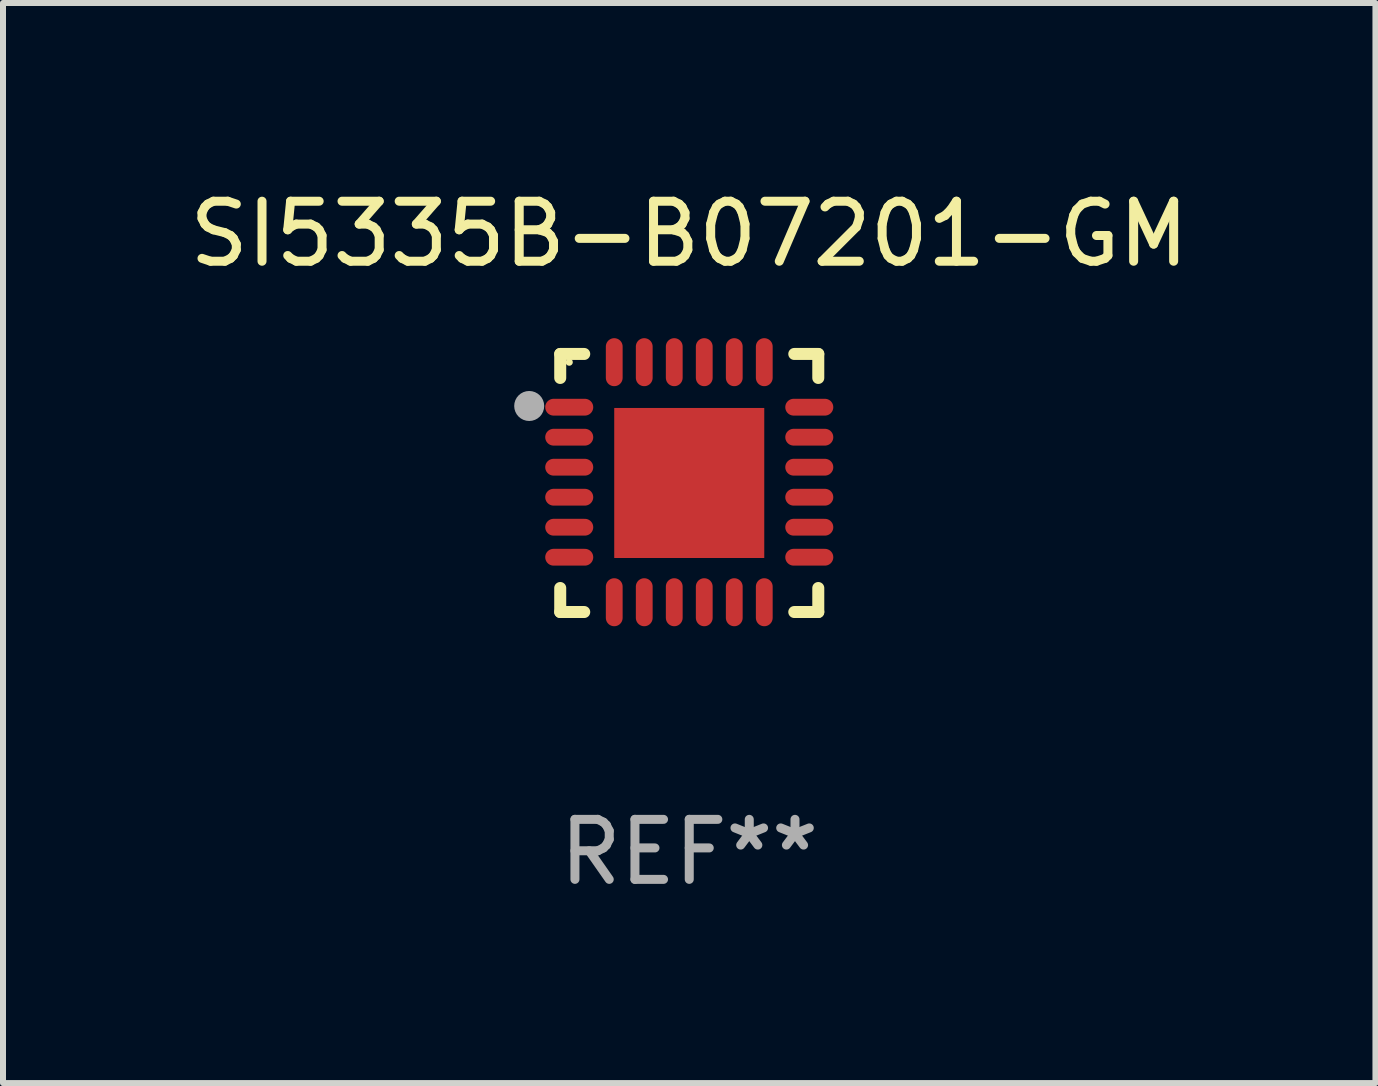
<source format=kicad_pcb>
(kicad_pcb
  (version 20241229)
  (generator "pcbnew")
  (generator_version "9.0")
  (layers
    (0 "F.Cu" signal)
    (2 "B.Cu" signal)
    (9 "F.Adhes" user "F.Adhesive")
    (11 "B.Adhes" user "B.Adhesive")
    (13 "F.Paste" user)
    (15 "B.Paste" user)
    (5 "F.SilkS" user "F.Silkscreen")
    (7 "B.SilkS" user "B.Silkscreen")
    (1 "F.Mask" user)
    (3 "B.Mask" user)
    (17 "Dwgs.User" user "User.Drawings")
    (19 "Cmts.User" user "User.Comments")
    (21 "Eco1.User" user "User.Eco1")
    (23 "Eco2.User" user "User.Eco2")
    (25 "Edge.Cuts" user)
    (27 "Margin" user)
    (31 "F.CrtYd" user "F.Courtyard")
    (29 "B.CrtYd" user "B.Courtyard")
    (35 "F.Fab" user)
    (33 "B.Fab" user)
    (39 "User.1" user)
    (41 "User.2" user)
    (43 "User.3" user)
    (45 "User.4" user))
  (footprint "SI5335B-B07201-GM"
    (layer "F.Cu")
    (at 8.435 4.998)
    (property "Reference" "SI5335B-B07201-GM" (at 0 -4.15 0) (layer "F.SilkS") (effects (font (size 1 1) (thickness 0.15))))
    (attr through_hole)
    (fp_line (start -2.15 -2.15) (end -1.75 -2.15) (stroke (width 0.2) (type solid)) (layer "F.SilkS"))
    (fp_line (start -2.15 -1.75) (end -2.15 -2.15) (stroke (width 0.2) (type solid)) (layer "F.SilkS"))
    (fp_line (start -2.15 2.15) (end -2.15 1.75) (stroke (width 0.2) (type solid)) (layer "F.SilkS"))
    (fp_line (start -1.75 2.15) (end -2.15 2.15) (stroke (width 0.2) (type solid)) (layer "F.SilkS"))
    (fp_line (start 1.75 -2.15) (end 2.15 -2.15) (stroke (width 0.2) (type solid)) (layer "F.SilkS"))
    (fp_line (start 1.75 2.15) (end 2.15 2.15) (stroke (width 0.2) (type solid)) (layer "F.SilkS"))
    (fp_line (start 2.15 -2.15) (end 2.15 -1.75) (stroke (width 0.2) (type solid)) (layer "F.SilkS"))
    (fp_line (start 2.15 2.15) (end 2.15 1.75) (stroke (width 0.2) (type solid)) (layer "F.SilkS"))
    (fp_circle (center -2 -2.013) (end -1.97 -2.013) (stroke (width 0.06) (type solid)) (fill no) (layer "F.SilkS"))
    (fp_circle (center -2.667 -1.283) (end -2.542 -1.283) (stroke (width 0.25) (type solid)) (fill no) (layer "F.Fab"))
    (fp_text user "REF**" (at 0 6.15 0) (layer "F.Fab") (effects (font (size 1 1) (thickness 0.15))))
    (pad "1" smd oval (at -2 -1.263) (size 0.8 0.28) (layers "F.Cu" "F.Mask" "F.Paste"))
    (pad "2" smd oval (at -2 -0.763) (size 0.8 0.28) (layers "F.Cu" "F.Mask" "F.Paste"))
    (pad "3" smd oval (at -2 -0.263) (size 0.8 0.28) (layers "F.Cu" "F.Mask" "F.Paste"))
    (pad "4" smd oval (at -2 0.237) (size 0.8 0.28) (layers "F.Cu" "F.Mask" "F.Paste"))
    (pad "5" smd oval (at -2 0.737) (size 0.8 0.28) (layers "F.Cu" "F.Mask" "F.Paste"))
    (pad "6" smd oval (at -2 1.237) (size 0.8 0.28) (layers "F.Cu" "F.Mask" "F.Paste"))
    (pad "7" smd oval (at -1.25 1.987) (size 0.28 0.8) (layers "F.Cu" "F.Mask" "F.Paste"))
    (pad "8" smd oval (at -0.75 1.987) (size 0.28 0.8) (layers "F.Cu" "F.Mask" "F.Paste"))
    (pad "9" smd oval (at -0.25 1.987) (size 0.28 0.8) (layers "F.Cu" "F.Mask" "F.Paste"))
    (pad "10" smd oval (at 0.25 1.987) (size 0.28 0.8) (layers "F.Cu" "F.Mask" "F.Paste"))
    (pad "11" smd oval (at 0.75 1.987) (size 0.28 0.8) (layers "F.Cu" "F.Mask" "F.Paste"))
    (pad "12" smd oval (at 1.25 1.987) (size 0.28 0.8) (layers "F.Cu" "F.Mask" "F.Paste"))
    (pad "13" smd oval (at 2 1.237) (size 0.8 0.28) (layers "F.Cu" "F.Mask" "F.Paste"))
    (pad "14" smd oval (at 2 0.737) (size 0.8 0.28) (layers "F.Cu" "F.Mask" "F.Paste"))
    (pad "15" smd oval (at 2 0.237) (size 0.8 0.28) (layers "F.Cu" "F.Mask" "F.Paste"))
    (pad "16" smd oval (at 2 -0.263) (size 0.8 0.28) (layers "F.Cu" "F.Mask" "F.Paste"))
    (pad "17" smd oval (at 2 -0.763) (size 0.8 0.28) (layers "F.Cu" "F.Mask" "F.Paste"))
    (pad "18" smd oval (at 2 -1.263) (size 0.8 0.28) (layers "F.Cu" "F.Mask" "F.Paste"))
    (pad "19" smd oval (at 1.25 -2.013) (size 0.28 0.8) (layers "F.Cu" "F.Mask" "F.Paste"))
    (pad "20" smd oval (at 0.75 -2.013) (size 0.28 0.8) (layers "F.Cu" "F.Mask" "F.Paste"))
    (pad "21" smd oval (at 0.25 -2.013) (size 0.28 0.8) (layers "F.Cu" "F.Mask" "F.Paste"))
    (pad "22" smd oval (at -0.25 -2.013) (size 0.28 0.8) (layers "F.Cu" "F.Mask" "F.Paste"))
    (pad "23" smd oval (at -0.75 -2.013) (size 0.28 0.8) (layers "F.Cu" "F.Mask" "F.Paste"))
    (pad "24" smd oval (at -1.25 -2.013) (size 0.28 0.8) (layers "F.Cu" "F.Mask" "F.Paste"))
    (pad "25" smd rect (at -0.000127 -0.00014) (size 2.5 2.5) (layers "F.Cu" "F.Mask" "F.Paste")))
  (gr_rect
    (start -3 -3)
    (end 19.869 14.997)
    (stroke (width 0.1) (type default))
    (fill no)
    (layer "Edge.Cuts")))
</source>
